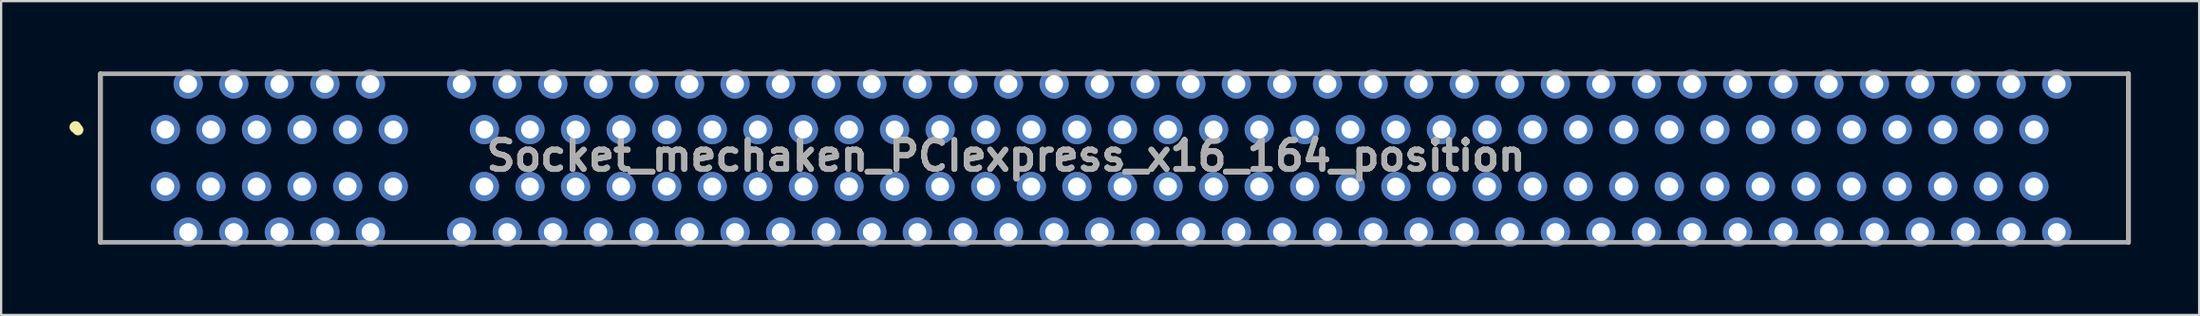
<source format=kicad_pcb>
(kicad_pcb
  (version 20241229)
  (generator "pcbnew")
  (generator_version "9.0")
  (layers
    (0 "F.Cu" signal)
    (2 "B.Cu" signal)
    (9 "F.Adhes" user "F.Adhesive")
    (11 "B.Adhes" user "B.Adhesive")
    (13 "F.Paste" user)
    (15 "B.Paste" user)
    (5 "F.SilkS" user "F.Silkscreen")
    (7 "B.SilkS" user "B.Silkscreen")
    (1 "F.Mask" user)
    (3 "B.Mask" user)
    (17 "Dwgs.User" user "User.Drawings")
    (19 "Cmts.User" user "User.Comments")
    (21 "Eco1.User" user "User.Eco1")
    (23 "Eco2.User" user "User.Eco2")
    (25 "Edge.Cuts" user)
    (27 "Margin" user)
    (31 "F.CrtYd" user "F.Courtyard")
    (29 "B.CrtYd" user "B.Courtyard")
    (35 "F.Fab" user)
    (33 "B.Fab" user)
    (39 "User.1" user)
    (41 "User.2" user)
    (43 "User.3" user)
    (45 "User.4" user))
  (footprint "Socket_mechaken_PCIexpress_x16_164_position"
    (layer "F.Cu")
    (at 1.358 3.89)
    (property "Reference" "Socket_mechaken_PCIexpress_x16_164_position" (at 39.74 -0.097 0) (layer "F.SilkS") (effects (font (size 1.27 1.27) (thickness 0.254))))
    (attr through_hole)
    (fp_line (start 0 -3.7) (end 0 3.7) (stroke (width 0.2) (type solid)) (layer "F.SilkS"))
    (fp_line (start 89 -3.7) (end 89 3.7) (stroke (width 0.2) (type solid)) (layer "F.SilkS"))
    (fp_circle (center -1.098 -1.36) (end -1.098 -1.2) (stroke (width 0.2) (type solid)) (fill no) (layer "F.SilkS"))
    (fp_circle (center -0.988 -1.238) (end -0.988 -1.196) (stroke (width 0.2) (type solid)) (fill no) (layer "F.SilkS"))
    (fp_line (start 0 -3.7) (end 89 -3.7) (stroke (width 0.2) (type solid)) (layer "F.Fab"))
    (fp_line (start 0 3.7) (end 0 -3.7) (stroke (width 0.2) (type solid)) (layer "F.Fab"))
    (fp_line (start 89 -3.7) (end 89 3.7) (stroke (width 0.2) (type solid)) (layer "F.Fab"))
    (fp_line (start 89 3.7) (end 0 3.7) (stroke (width 0.2) (type solid)) (layer "F.Fab"))
    (fp_text user "${REFERENCE}" (at 39.74 -0.097 0) (layer "F.Fab") (effects (font (size 1.27 1.27) (thickness 0.254))))
    (pad "" np_thru_hole circle (at 14.5 0) (size 0.001 0.001) (drill 2.4) (layers "*.Cu" "*.Mask"))
    (pad "" np_thru_hole circle (at 87.65 0) (size 0.001 0.001) (drill 2.4) (layers "*.Cu" "*.Mask"))
    (pad "A1" thru_hole circle (at 2.85 -1.25) (size 1.28 1.28) (drill 0.78) (layers "*.Cu" "*.Mask"))
    (pad "A1" thru_hole circle (at 3.85 -3.25) (size 1.28 1.28) (drill 0.78) (layers "*.Cu" "*.Mask"))
    (pad "A2" thru_hole circle (at 4.85 -1.25) (size 1.28 1.28) (drill 0.78) (layers "*.Cu" "*.Mask"))
    (pad "A2" thru_hole circle (at 5.85 -3.25) (size 1.28 1.28) (drill 0.78) (layers "*.Cu" "*.Mask"))
    (pad "A3" thru_hole circle (at 6.85 -1.25) (size 1.28 1.28) (drill 0.78) (layers "*.Cu" "*.Mask"))
    (pad "A4" thru_hole circle (at 7.85 -3.25) (size 1.28 1.28) (drill 0.78) (layers "*.Cu" "*.Mask"))
    (pad "A5" thru_hole circle (at 8.85 -1.25) (size 1.28 1.28) (drill 0.78) (layers "*.Cu" "*.Mask"))
    (pad "A5" thru_hole circle (at 9.85 -3.25) (size 1.28 1.28) (drill 0.78) (layers "*.Cu" "*.Mask"))
    (pad "A6" thru_hole circle (at 10.85 -1.25) (size 1.28 1.28) (drill 0.78) (layers "*.Cu" "*.Mask"))
    (pad "A6" thru_hole circle (at 11.85 -3.25) (size 1.28 1.28) (drill 0.78) (layers "*.Cu" "*.Mask"))
    (pad "A6" thru_hole circle (at 12.85 -1.25) (size 1.28 1.28) (drill 0.78) (layers "*.Cu" "*.Mask"))
    (pad "A7" thru_hole circle (at 15.85 -3.25) (size 1.28 1.28) (drill 0.78) (layers "*.Cu" "*.Mask"))
    (pad "A7" thru_hole circle (at 16.85 -1.25) (size 1.28 1.28) (drill 0.78) (layers "*.Cu" "*.Mask"))
    (pad "A8" thru_hole circle (at 17.85 -3.25) (size 1.28 1.28) (drill 0.78) (layers "*.Cu" "*.Mask"))
    (pad "A8" thru_hole circle (at 18.85 -1.25) (size 1.28 1.28) (drill 0.78) (layers "*.Cu" "*.Mask"))
    (pad "A8" thru_hole circle (at 19.85 -3.25) (size 1.28 1.28) (drill 0.78) (layers "*.Cu" "*.Mask"))
    (pad "A8" thru_hole circle (at 20.85 -1.25) (size 1.28 1.28) (drill 0.78) (layers "*.Cu" "*.Mask"))
    (pad "A8" thru_hole circle (at 21.85 -3.25) (size 1.28 1.28) (drill 0.78) (layers "*.Cu" "*.Mask"))
    (pad "A8" thru_hole circle (at 22.85 -1.25) (size 1.28 1.28) (drill 0.78) (layers "*.Cu" "*.Mask"))
    (pad "A8" thru_hole circle (at 23.85 -3.25) (size 1.28 1.28) (drill 0.78) (layers "*.Cu" "*.Mask"))
    (pad "A8" thru_hole circle (at 24.85 -1.25) (size 1.28 1.28) (drill 0.78) (layers "*.Cu" "*.Mask"))
    (pad "A8" thru_hole circle (at 25.85 -3.25) (size 1.28 1.28) (drill 0.78) (layers "*.Cu" "*.Mask"))
    (pad "A9" thru_hole circle (at 26.85 -1.25) (size 1.28 1.28) (drill 0.78) (layers "*.Cu" "*.Mask"))
    (pad "A9" thru_hole circle (at 27.85 -3.25) (size 1.28 1.28) (drill 0.78) (layers "*.Cu" "*.Mask"))
    (pad "A9" thru_hole circle (at 28.85 -1.25) (size 1.28 1.28) (drill 0.78) (layers "*.Cu" "*.Mask"))
    (pad "A9" thru_hole circle (at 29.85 -3.25) (size 1.28 1.28) (drill 0.78) (layers "*.Cu" "*.Mask"))
    (pad "A9" thru_hole circle (at 30.85 -1.25) (size 1.28 1.28) (drill 0.78) (layers "*.Cu" "*.Mask"))
    (pad "A9" thru_hole circle (at 31.85 -3.25) (size 1.28 1.28) (drill 0.78) (layers "*.Cu" "*.Mask"))
    (pad "A9" thru_hole circle (at 32.85 -1.25) (size 1.28 1.28) (drill 0.78) (layers "*.Cu" "*.Mask"))
    (pad "A9" thru_hole circle (at 33.85 -3.25) (size 1.28 1.28) (drill 0.78) (layers "*.Cu" "*.Mask"))
    (pad "A9" thru_hole circle (at 34.85 -1.25) (size 1.28 1.28) (drill 0.78) (layers "*.Cu" "*.Mask"))
    (pad "A9" thru_hole circle (at 35.85 -3.25) (size 1.28 1.28) (drill 0.78) (layers "*.Cu" "*.Mask"))
    (pad "A9" thru_hole circle (at 36.85 -1.25) (size 1.28 1.28) (drill 0.78) (layers "*.Cu" "*.Mask"))
    (pad "A9" thru_hole circle (at 37.85 -3.25) (size 1.28 1.28) (drill 0.78) (layers "*.Cu" "*.Mask"))
    (pad "A9" thru_hole circle (at 38.85 -1.25) (size 1.28 1.28) (drill 0.78) (layers "*.Cu" "*.Mask"))
    (pad "A9" thru_hole circle (at 39.85 -3.25) (size 1.28 1.28) (drill 0.78) (layers "*.Cu" "*.Mask"))
    (pad "A9" thru_hole circle (at 40.85 -1.25) (size 1.28 1.28) (drill 0.78) (layers "*.Cu" "*.Mask"))
    (pad "A9" thru_hole circle (at 41.85 -3.25) (size 1.28 1.28) (drill 0.78) (layers "*.Cu" "*.Mask"))
    (pad "A9" thru_hole circle (at 42.85 -1.25) (size 1.28 1.28) (drill 0.78) (layers "*.Cu" "*.Mask"))
    (pad "A9" thru_hole circle (at 43.85 -3.25) (size 1.28 1.28) (drill 0.78) (layers "*.Cu" "*.Mask"))
    (pad "A9" thru_hole circle (at 44.85 -1.25) (size 1.28 1.28) (drill 0.78) (layers "*.Cu" "*.Mask"))
    (pad "A9" thru_hole circle (at 45.85 -3.25) (size 1.28 1.28) (drill 0.78) (layers "*.Cu" "*.Mask"))
    (pad "A9" thru_hole circle (at 46.85 -1.25) (size 1.28 1.28) (drill 0.78) (layers "*.Cu" "*.Mask"))
    (pad "A9" thru_hole circle (at 47.85 -3.25) (size 1.28 1.28) (drill 0.78) (layers "*.Cu" "*.Mask"))
    (pad "A9" thru_hole circle (at 48.85 -1.25) (size 1.28 1.28) (drill 0.78) (layers "*.Cu" "*.Mask"))
    (pad "A9" thru_hole circle (at 49.85 -3.25) (size 1.28 1.28) (drill 0.78) (layers "*.Cu" "*.Mask"))
    (pad "A9" thru_hole circle (at 50.85 -1.25) (size 1.28 1.28) (drill 0.78) (layers "*.Cu" "*.Mask"))
    (pad "A9" thru_hole circle (at 51.85 -3.25) (size 1.28 1.28) (drill 0.78) (layers "*.Cu" "*.Mask"))
    (pad "A9" thru_hole circle (at 52.85 -1.25) (size 1.28 1.28) (drill 0.78) (layers "*.Cu" "*.Mask"))
    (pad "A9" thru_hole circle (at 53.85 -3.25) (size 1.28 1.28) (drill 0.78) (layers "*.Cu" "*.Mask"))
    (pad "A9" thru_hole circle (at 54.85 -1.25) (size 1.28 1.28) (drill 0.78) (layers "*.Cu" "*.Mask"))
    (pad "A9" thru_hole circle (at 55.85 -3.25) (size 1.28 1.28) (drill 0.78) (layers "*.Cu" "*.Mask"))
    (pad "A10" thru_hole circle (at 56.85 -1.25) (size 1.28 1.28) (drill 0.78) (layers "*.Cu" "*.Mask"))
    (pad "A10" thru_hole circle (at 57.85 -3.25) (size 1.28 1.28) (drill 0.78) (layers "*.Cu" "*.Mask"))
    (pad "A10" thru_hole circle (at 58.85 -1.25) (size 1.28 1.28) (drill 0.78) (layers "*.Cu" "*.Mask"))
    (pad "A10" thru_hole circle (at 59.85 -3.25) (size 1.28 1.28) (drill 0.78) (layers "*.Cu" "*.Mask"))
    (pad "A10" thru_hole circle (at 60.85 -1.25) (size 1.28 1.28) (drill 0.78) (layers "*.Cu" "*.Mask"))
    (pad "A10" thru_hole circle (at 61.85 -3.25) (size 1.28 1.28) (drill 0.78) (layers "*.Cu" "*.Mask"))
    (pad "A10" thru_hole circle (at 62.85 -1.25) (size 1.28 1.28) (drill 0.78) (layers "*.Cu" "*.Mask"))
    (pad "A10" thru_hole circle (at 63.85 -3.25) (size 1.28 1.28) (drill 0.78) (layers "*.Cu" "*.Mask"))
    (pad "A10" thru_hole circle (at 64.85 -1.25) (size 1.28 1.28) (drill 0.78) (layers "*.Cu" "*.Mask"))
    (pad "A10" thru_hole circle (at 65.85 -3.25) (size 1.28 1.28) (drill 0.78) (layers "*.Cu" "*.Mask"))
    (pad "A10" thru_hole circle (at 66.85 -1.25) (size 1.28 1.28) (drill 0.78) (layers "*.Cu" "*.Mask"))
    (pad "A10" thru_hole circle (at 67.85 -3.25) (size 1.28 1.28) (drill 0.78) (layers "*.Cu" "*.Mask"))
    (pad "A10" thru_hole circle (at 68.85 -1.25) (size 1.28 1.28) (drill 0.78) (layers "*.Cu" "*.Mask"))
    (pad "A10" thru_hole circle (at 69.85 -3.25) (size 1.28 1.28) (drill 0.78) (layers "*.Cu" "*.Mask"))
    (pad "A10" thru_hole circle (at 70.85 -1.25) (size 1.28 1.28) (drill 0.78) (layers "*.Cu" "*.Mask"))
    (pad "A10" thru_hole circle (at 71.85 -3.25) (size 1.28 1.28) (drill 0.78) (layers "*.Cu" "*.Mask"))
    (pad "A10" thru_hole circle (at 72.85 -1.25) (size 1.28 1.28) (drill 0.78) (layers "*.Cu" "*.Mask"))
    (pad "A10" thru_hole circle (at 73.85 -3.25) (size 1.28 1.28) (drill 0.78) (layers "*.Cu" "*.Mask"))
    (pad "A10" thru_hole circle (at 74.85 -1.25) (size 1.28 1.28) (drill 0.78) (layers "*.Cu" "*.Mask"))
    (pad "A10" thru_hole circle (at 75.85 -3.25) (size 1.28 1.28) (drill 0.78) (layers "*.Cu" "*.Mask"))
    (pad "A10" thru_hole circle (at 76.85 -1.25) (size 1.28 1.28) (drill 0.78) (layers "*.Cu" "*.Mask"))
    (pad "A10" thru_hole circle (at 77.85 -3.25) (size 1.28 1.28) (drill 0.78) (layers "*.Cu" "*.Mask"))
    (pad "A10" thru_hole circle (at 78.85 -1.25) (size 1.28 1.28) (drill 0.78) (layers "*.Cu" "*.Mask"))
    (pad "A10" thru_hole circle (at 79.85 -3.25) (size 1.28 1.28) (drill 0.78) (layers "*.Cu" "*.Mask"))
    (pad "A10" thru_hole circle (at 80.85 -1.25) (size 1.28 1.28) (drill 0.78) (layers "*.Cu" "*.Mask"))
    (pad "A10" thru_hole circle (at 81.85 -3.25) (size 1.28 1.28) (drill 0.78) (layers "*.Cu" "*.Mask"))
    (pad "A10" thru_hole circle (at 82.85 -1.25) (size 1.28 1.28) (drill 0.78) (layers "*.Cu" "*.Mask"))
    (pad "A10" thru_hole circle (at 83.85 -3.25) (size 1.28 1.28) (drill 0.78) (layers "*.Cu" "*.Mask"))
    (pad "A10" thru_hole circle (at 84.85 -1.25) (size 1.28 1.28) (drill 0.78) (layers "*.Cu" "*.Mask"))
    (pad "A10" thru_hole circle (at 85.85 -3.25) (size 1.28 1.28) (drill 0.78) (layers "*.Cu" "*.Mask"))
    (pad "B1" thru_hole circle (at 2.85 1.25) (size 1.28 1.28) (drill 0.78) (layers "*.Cu" "*.Mask"))
    (pad "B1" thru_hole circle (at 3.85 3.25) (size 1.28 1.28) (drill 0.78) (layers "*.Cu" "*.Mask"))
    (pad "B2" thru_hole circle (at 4.85 1.25) (size 1.28 1.28) (drill 0.78) (layers "*.Cu" "*.Mask"))
    (pad "B2" thru_hole circle (at 5.85 3.25) (size 1.28 1.28) (drill 0.78) (layers "*.Cu" "*.Mask"))
    (pad "B3" thru_hole circle (at 6.85 1.25) (size 1.28 1.28) (drill 0.78) (layers "*.Cu" "*.Mask"))
    (pad "B4" thru_hole circle (at 7.85 3.25) (size 1.28 1.28) (drill 0.78) (layers "*.Cu" "*.Mask"))
    (pad "B5" thru_hole circle (at 8.85 1.25) (size 1.28 1.28) (drill 0.78) (layers "*.Cu" "*.Mask"))
    (pad "B5" thru_hole circle (at 9.85 3.25) (size 1.28 1.28) (drill 0.78) (layers "*.Cu" "*.Mask"))
    (pad "B6" thru_hole circle (at 10.85 1.25) (size 1.28 1.28) (drill 0.78) (layers "*.Cu" "*.Mask"))
    (pad "B6" thru_hole circle (at 11.85 3.25) (size 1.28 1.28) (drill 0.78) (layers "*.Cu" "*.Mask"))
    (pad "B6" thru_hole circle (at 12.85 1.25) (size 1.28 1.28) (drill 0.78) (layers "*.Cu" "*.Mask"))
    (pad "B7" thru_hole circle (at 15.85 3.25) (size 1.28 1.28) (drill 0.78) (layers "*.Cu" "*.Mask"))
    (pad "B7" thru_hole circle (at 16.85 1.25) (size 1.28 1.28) (drill 0.78) (layers "*.Cu" "*.Mask"))
    (pad "B8" thru_hole circle (at 17.85 3.25) (size 1.28 1.28) (drill 0.78) (layers "*.Cu" "*.Mask"))
    (pad "B8" thru_hole circle (at 18.85 1.25) (size 1.28 1.28) (drill 0.78) (layers "*.Cu" "*.Mask"))
    (pad "B8" thru_hole circle (at 19.85 3.25) (size 1.28 1.28) (drill 0.78) (layers "*.Cu" "*.Mask"))
    (pad "B8" thru_hole circle (at 20.85 1.25) (size 1.28 1.28) (drill 0.78) (layers "*.Cu" "*.Mask"))
    (pad "B8" thru_hole circle (at 21.85 3.25) (size 1.28 1.28) (drill 0.78) (layers "*.Cu" "*.Mask"))
    (pad "B8" thru_hole circle (at 22.85 1.25) (size 1.28 1.28) (drill 0.78) (layers "*.Cu" "*.Mask"))
    (pad "B8" thru_hole circle (at 23.85 3.25) (size 1.28 1.28) (drill 0.78) (layers "*.Cu" "*.Mask"))
    (pad "B8" thru_hole circle (at 24.85 1.25) (size 1.28 1.28) (drill 0.78) (layers "*.Cu" "*.Mask"))
    (pad "B8" thru_hole circle (at 25.85 3.25) (size 1.28 1.28) (drill 0.78) (layers "*.Cu" "*.Mask"))
    (pad "B9" thru_hole circle (at 26.85 1.25) (size 1.28 1.28) (drill 0.78) (layers "*.Cu" "*.Mask"))
    (pad "B9" thru_hole circle (at 27.85 3.25) (size 1.28 1.28) (drill 0.78) (layers "*.Cu" "*.Mask"))
    (pad "B9" thru_hole circle (at 28.85 1.25) (size 1.28 1.28) (drill 0.78) (layers "*.Cu" "*.Mask"))
    (pad "B9" thru_hole circle (at 29.85 3.25) (size 1.28 1.28) (drill 0.78) (layers "*.Cu" "*.Mask"))
    (pad "B9" thru_hole circle (at 30.85 1.25) (size 1.28 1.28) (drill 0.78) (layers "*.Cu" "*.Mask"))
    (pad "B9" thru_hole circle (at 31.85 3.25) (size 1.28 1.28) (drill 0.78) (layers "*.Cu" "*.Mask"))
    (pad "B9" thru_hole circle (at 32.85 1.25) (size 1.28 1.28) (drill 0.78) (layers "*.Cu" "*.Mask"))
    (pad "B9" thru_hole circle (at 33.85 3.25) (size 1.28 1.28) (drill 0.78) (layers "*.Cu" "*.Mask"))
    (pad "B9" thru_hole circle (at 34.85 1.25) (size 1.28 1.28) (drill 0.78) (layers "*.Cu" "*.Mask"))
    (pad "B9" thru_hole circle (at 35.85 3.25) (size 1.28 1.28) (drill 0.78) (layers "*.Cu" "*.Mask"))
    (pad "B9" thru_hole circle (at 36.85 1.25) (size 1.28 1.28) (drill 0.78) (layers "*.Cu" "*.Mask"))
    (pad "B9" thru_hole circle (at 37.85 3.25) (size 1.28 1.28) (drill 0.78) (layers "*.Cu" "*.Mask"))
    (pad "B9" thru_hole circle (at 38.85 1.25) (size 1.28 1.28) (drill 0.78) (layers "*.Cu" "*.Mask"))
    (pad "B9" thru_hole circle (at 39.85 3.25) (size 1.28 1.28) (drill 0.78) (layers "*.Cu" "*.Mask"))
    (pad "B9" thru_hole circle (at 40.85 1.25) (size 1.28 1.28) (drill 0.78) (layers "*.Cu" "*.Mask"))
    (pad "B9" thru_hole circle (at 41.85 3.25) (size 1.28 1.28) (drill 0.78) (layers "*.Cu" "*.Mask"))
    (pad "B9" thru_hole circle (at 42.85 1.25) (size 1.28 1.28) (drill 0.78) (layers "*.Cu" "*.Mask"))
    (pad "B9" thru_hole circle (at 43.85 3.25) (size 1.28 1.28) (drill 0.78) (layers "*.Cu" "*.Mask"))
    (pad "B9" thru_hole circle (at 44.85 1.25) (size 1.28 1.28) (drill 0.78) (layers "*.Cu" "*.Mask"))
    (pad "B9" thru_hole circle (at 45.85 3.25) (size 1.28 1.28) (drill 0.78) (layers "*.Cu" "*.Mask"))
    (pad "B9" thru_hole circle (at 46.85 1.25) (size 1.28 1.28) (drill 0.78) (layers "*.Cu" "*.Mask"))
    (pad "B9" thru_hole circle (at 47.85 3.25) (size 1.28 1.28) (drill 0.78) (layers "*.Cu" "*.Mask"))
    (pad "B9" thru_hole circle (at 48.85 1.25) (size 1.28 1.28) (drill 0.78) (layers "*.Cu" "*.Mask"))
    (pad "B9" thru_hole circle (at 49.85 3.25) (size 1.28 1.28) (drill 0.78) (layers "*.Cu" "*.Mask"))
    (pad "B9" thru_hole circle (at 50.85 1.25) (size 1.28 1.28) (drill 0.78) (layers "*.Cu" "*.Mask"))
    (pad "B9" thru_hole circle (at 51.85 3.25) (size 1.28 1.28) (drill 0.78) (layers "*.Cu" "*.Mask"))
    (pad "B9" thru_hole circle (at 52.85 1.25) (size 1.28 1.28) (drill 0.78) (layers "*.Cu" "*.Mask"))
    (pad "B9" thru_hole circle (at 53.85 3.25) (size 1.28 1.28) (drill 0.78) (layers "*.Cu" "*.Mask"))
    (pad "B9" thru_hole circle (at 54.85 1.25) (size 1.28 1.28) (drill 0.78) (layers "*.Cu" "*.Mask"))
    (pad "B9" thru_hole circle (at 55.85 3.25) (size 1.28 1.28) (drill 0.78) (layers "*.Cu" "*.Mask"))
    (pad "B10" thru_hole circle (at 56.85 1.25) (size 1.28 1.28) (drill 0.78) (layers "*.Cu" "*.Mask"))
    (pad "B10" thru_hole circle (at 57.85 3.25) (size 1.28 1.28) (drill 0.78) (layers "*.Cu" "*.Mask"))
    (pad "B10" thru_hole circle (at 58.85 1.25) (size 1.28 1.28) (drill 0.78) (layers "*.Cu" "*.Mask"))
    (pad "B10" thru_hole circle (at 59.85 3.25) (size 1.28 1.28) (drill 0.78) (layers "*.Cu" "*.Mask"))
    (pad "B10" thru_hole circle (at 60.85 1.25) (size 1.28 1.28) (drill 0.78) (layers "*.Cu" "*.Mask"))
    (pad "B10" thru_hole circle (at 61.85 3.25) (size 1.28 1.28) (drill 0.78) (layers "*.Cu" "*.Mask"))
    (pad "B10" thru_hole circle (at 62.85 1.25) (size 1.28 1.28) (drill 0.78) (layers "*.Cu" "*.Mask"))
    (pad "B10" thru_hole circle (at 63.85 3.25) (size 1.28 1.28) (drill 0.78) (layers "*.Cu" "*.Mask"))
    (pad "B10" thru_hole circle (at 64.85 1.25) (size 1.28 1.28) (drill 0.78) (layers "*.Cu" "*.Mask"))
    (pad "B10" thru_hole circle (at 65.85 3.25) (size 1.28 1.28) (drill 0.78) (layers "*.Cu" "*.Mask"))
    (pad "B10" thru_hole circle (at 66.85 1.25) (size 1.28 1.28) (drill 0.78) (layers "*.Cu" "*.Mask"))
    (pad "B10" thru_hole circle (at 67.85 3.25) (size 1.28 1.28) (drill 0.78) (layers "*.Cu" "*.Mask"))
    (pad "B10" thru_hole circle (at 68.85 1.25) (size 1.28 1.28) (drill 0.78) (layers "*.Cu" "*.Mask"))
    (pad "B10" thru_hole circle (at 69.85 3.25) (size 1.28 1.28) (drill 0.78) (layers "*.Cu" "*.Mask"))
    (pad "B10" thru_hole circle (at 70.85 1.25) (size 1.28 1.28) (drill 0.78) (layers "*.Cu" "*.Mask"))
    (pad "B10" thru_hole circle (at 71.85 3.25) (size 1.28 1.28) (drill 0.78) (layers "*.Cu" "*.Mask"))
    (pad "B10" thru_hole circle (at 72.85 1.25) (size 1.28 1.28) (drill 0.78) (layers "*.Cu" "*.Mask"))
    (pad "B10" thru_hole circle (at 73.85 3.25) (size 1.28 1.28) (drill 0.78) (layers "*.Cu" "*.Mask"))
    (pad "B10" thru_hole circle (at 74.85 1.25) (size 1.28 1.28) (drill 0.78) (layers "*.Cu" "*.Mask"))
    (pad "B10" thru_hole circle (at 75.85 3.25) (size 1.28 1.28) (drill 0.78) (layers "*.Cu" "*.Mask"))
    (pad "B10" thru_hole circle (at 76.85 1.25) (size 1.28 1.28) (drill 0.78) (layers "*.Cu" "*.Mask"))
    (pad "B10" thru_hole circle (at 77.85 3.25) (size 1.28 1.28) (drill 0.78) (layers "*.Cu" "*.Mask"))
    (pad "B10" thru_hole circle (at 78.85 1.25) (size 1.28 1.28) (drill 0.78) (layers "*.Cu" "*.Mask"))
    (pad "B10" thru_hole circle (at 79.85 3.25) (size 1.28 1.28) (drill 0.78) (layers "*.Cu" "*.Mask"))
    (pad "B10" thru_hole circle (at 80.85 1.25) (size 1.28 1.28) (drill 0.78) (layers "*.Cu" "*.Mask"))
    (pad "B10" thru_hole circle (at 81.85 3.25) (size 1.28 1.28) (drill 0.78) (layers "*.Cu" "*.Mask"))
    (pad "B10" thru_hole circle (at 82.85 1.25) (size 1.28 1.28) (drill 0.78) (layers "*.Cu" "*.Mask"))
    (pad "B10" thru_hole circle (at 83.85 3.25) (size 1.28 1.28) (drill 0.78) (layers "*.Cu" "*.Mask"))
    (pad "B10" thru_hole circle (at 84.85 1.25) (size 1.28 1.28) (drill 0.78) (layers "*.Cu" "*.Mask"))
    (pad "B10" thru_hole circle (at 85.85 3.25) (size 1.28 1.28) (drill 0.78) (layers "*.Cu" "*.Mask")))
  (gr_rect
    (start -3 -3)
    (end 93.458 10.78)
    (stroke (width 0.1) (type default))
    (fill no)
    (layer "Edge.Cuts")))
</source>
